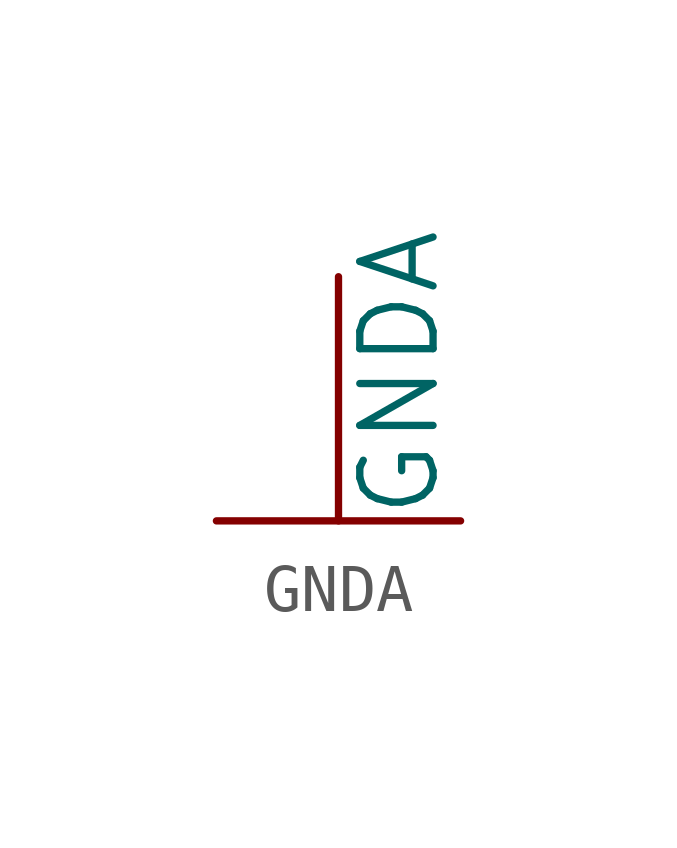
<source format=kicad_sym>
(kicad_symbol_lib
  (version 20220914)
  (generator kicad_symbol_editor)
  (symbol "GNDA"
    (power)
    (pin_numbers hide)
    (pin_names
      (offset 0) hide)
    (property "Reference" ""
      (at -1.27 -1.27 90)
      (effects (font (size 1.524 1.524)) hide))
    (property "Value" "GNDA"
      (at 1.27 -5.08 90)
      (do_not_autoplace)
      (effects (font (size 1.524 1.524)) (justify left)))
    (property "Footprint" ""
      (at 0 0 0)
      (effects (font (size 1.524 1.524))))
    (property "Datasheet" ""
      (at 0 0 0)
      (effects (font (size 1.524 1.524))))
    (symbol "GNDA_0_1"
      (polyline (pts (xy 0 0) (xy 0 -5.08)) (stroke (width 0) (type solid)) (fill (type none))))
    (symbol "GNDA_1_1"
      (polyline (pts (xy -2.54 -5.08) (xy 2.54 -5.08) (xy 2.54 -5.08)) (stroke (width 0) (type solid)) (fill (type none)))
      (pin power_in line (at 0 0 270) (length 5.08) hide (name "GNDA" (effects (font (size 1.27 1.27)))) (number "~" (effects (font (size 1.27 1.27))))))))
</source>
